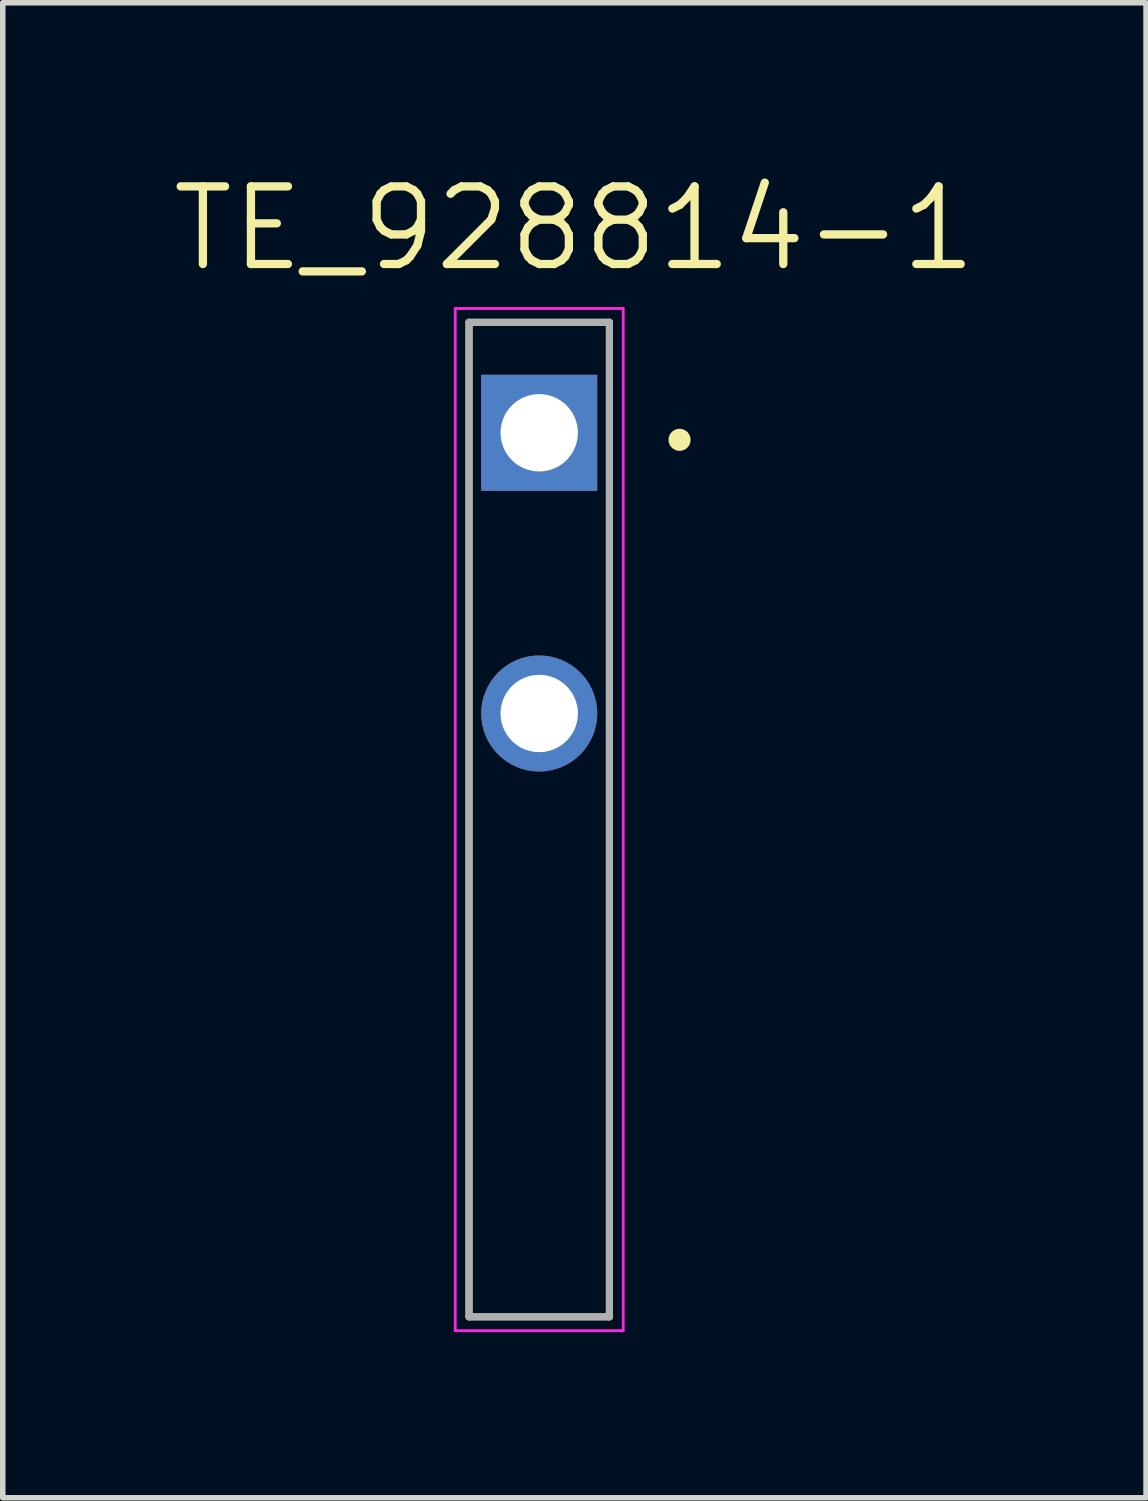
<source format=kicad_pcb>
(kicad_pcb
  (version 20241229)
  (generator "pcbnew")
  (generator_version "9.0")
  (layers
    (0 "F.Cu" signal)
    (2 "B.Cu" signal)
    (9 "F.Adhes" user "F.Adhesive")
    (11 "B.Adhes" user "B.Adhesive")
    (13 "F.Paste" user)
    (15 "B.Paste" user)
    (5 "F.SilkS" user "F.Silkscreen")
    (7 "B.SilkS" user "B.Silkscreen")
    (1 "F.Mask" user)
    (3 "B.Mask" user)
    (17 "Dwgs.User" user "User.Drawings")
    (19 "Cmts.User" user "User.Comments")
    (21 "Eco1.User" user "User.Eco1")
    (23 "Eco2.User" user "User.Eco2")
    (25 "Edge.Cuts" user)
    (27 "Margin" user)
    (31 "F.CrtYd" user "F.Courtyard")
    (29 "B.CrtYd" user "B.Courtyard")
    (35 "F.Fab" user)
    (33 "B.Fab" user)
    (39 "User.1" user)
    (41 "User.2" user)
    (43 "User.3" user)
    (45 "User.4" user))
  (footprint "TE_928814-1"
    (layer "F.Cu")
    (at 6.709 4.783)
    (property "Reference" "TE_928814-1" (at 0.637 -3.697 0) (layer "F.SilkS") (effects (font (size 1.405 1.405) (thickness 0.15))))
    (attr through_hole)
    (fp_line (start -1.27 -2) (end -1.27 16) (stroke (width 0.127) (type solid)) (layer "F.SilkS"))
    (fp_line (start -1.27 16) (end 1.27 16) (stroke (width 0.127) (type solid)) (layer "F.SilkS"))
    (fp_line (start 1.27 -2) (end -1.27 -2) (stroke (width 0.127) (type solid)) (layer "F.SilkS"))
    (fp_line (start 1.27 16) (end 1.27 -2) (stroke (width 0.127) (type solid)) (layer "F.SilkS"))
    (fp_circle (center 2.54 0.127) (end 2.64 0.127) (stroke (width 0.2) (type solid)) (fill no) (layer "F.SilkS"))
    (fp_line (start -1.52 -2.25) (end -1.52 16.25) (stroke (width 0.05) (type solid)) (layer "F.CrtYd"))
    (fp_line (start -1.52 16.25) (end 1.52 16.25) (stroke (width 0.05) (type solid)) (layer "F.CrtYd"))
    (fp_line (start 1.52 -2.25) (end -1.52 -2.25) (stroke (width 0.05) (type solid)) (layer "F.CrtYd"))
    (fp_line (start 1.52 16.25) (end 1.52 -2.25) (stroke (width 0.05) (type solid)) (layer "F.CrtYd"))
    (fp_line (start -1.27 -2) (end -1.27 16) (stroke (width 0.127) (type solid)) (layer "F.Fab"))
    (fp_line (start -1.27 16) (end 1.27 16) (stroke (width 0.127) (type solid)) (layer "F.Fab"))
    (fp_line (start 1.27 -2) (end -1.27 -2) (stroke (width 0.127) (type solid)) (layer "F.Fab"))
    (fp_line (start 1.27 16) (end 1.27 -2) (stroke (width 0.127) (type solid)) (layer "F.Fab"))
    (pad "1" thru_hole rect (at 0 0) (size 2.1 2.1) (drill 1.4) (layers "*.Cu" "*.Mask"))
    (pad "2" thru_hole circle (at 0 5.08) (size 2.1 2.1) (drill 1.4) (property pad_prop_mechanical) (layers "*.Cu" "*.Mask")))
  (gr_rect
    (start -3 -3)
    (end 17.692 24.058)
    (stroke (width 0.1) (type default))
    (fill no)
    (layer "Edge.Cuts")))
</source>
